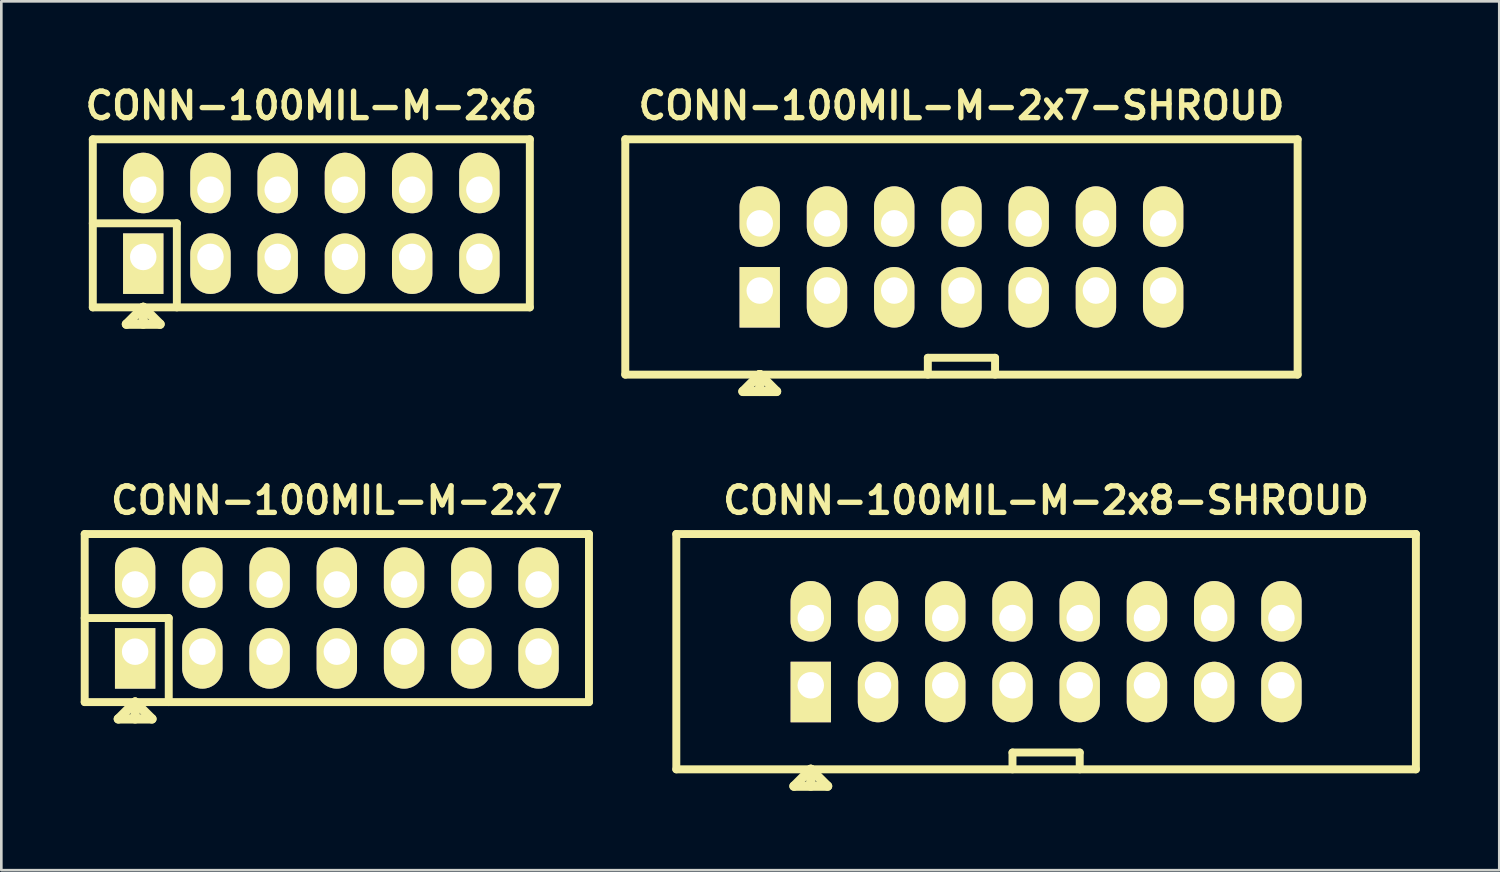
<source format=kicad_pcb>
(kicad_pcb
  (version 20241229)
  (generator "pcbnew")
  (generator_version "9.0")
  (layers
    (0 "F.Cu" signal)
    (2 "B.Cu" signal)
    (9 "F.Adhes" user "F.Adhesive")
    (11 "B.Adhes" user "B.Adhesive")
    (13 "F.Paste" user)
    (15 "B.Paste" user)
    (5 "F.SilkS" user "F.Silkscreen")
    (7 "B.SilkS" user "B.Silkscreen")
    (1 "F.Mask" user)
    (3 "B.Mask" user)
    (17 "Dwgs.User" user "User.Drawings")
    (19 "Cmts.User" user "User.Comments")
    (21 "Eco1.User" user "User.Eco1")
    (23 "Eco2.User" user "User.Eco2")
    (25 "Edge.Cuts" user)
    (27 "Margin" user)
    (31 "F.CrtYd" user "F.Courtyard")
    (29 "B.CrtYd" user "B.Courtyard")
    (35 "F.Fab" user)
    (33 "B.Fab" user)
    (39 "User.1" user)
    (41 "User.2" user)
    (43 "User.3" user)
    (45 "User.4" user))
  (footprint "CONN-100MIL-M-2x8-SHROUD"
    (layer "F.Cu")
    (at 36.47 21.569)
    (property "Reference" "CONN-100MIL-M-2x8-SHROUD" (at 0 -5.715 0) (layer "F.SilkS") (effects (font (size 1.001 1.001) (thickness 0.203))))
    (attr through_hole)
    (fp_line (start -13.97 4.445) (end -13.97 -4.445) (stroke (width 0.3) (type solid)) (layer "F.SilkS"))
    (fp_line (start -13.97 4.445) (end 13.97 4.445) (stroke (width 0.3) (type solid)) (layer "F.SilkS"))
    (fp_line (start -9.525 5.08) (end -8.255 5.08) (stroke (width 0.35) (type solid)) (layer "F.SilkS"))
    (fp_line (start -8.89 4.445) (end -9.525 5.08) (stroke (width 0.35) (type solid)) (layer "F.SilkS"))
    (fp_line (start -8.89 4.445) (end -8.89 5.08) (stroke (width 0.35) (type solid)) (layer "F.SilkS"))
    (fp_line (start -8.255 5.08) (end -8.89 4.445) (stroke (width 0.35) (type solid)) (layer "F.SilkS"))
    (fp_line (start -1.27 3.81) (end 1.27 3.81) (stroke (width 0.3) (type solid)) (layer "F.SilkS"))
    (fp_line (start -1.27 4.445) (end -1.27 3.81) (stroke (width 0.3) (type solid)) (layer "F.SilkS"))
    (fp_line (start 1.27 3.81) (end 1.27 4.445) (stroke (width 0.3) (type solid)) (layer "F.SilkS"))
    (fp_line (start 13.97 -4.445) (end -13.97 -4.445) (stroke (width 0.3) (type solid)) (layer "F.SilkS"))
    (fp_line (start 13.97 -4.445) (end 13.97 4.445) (stroke (width 0.3) (type solid)) (layer "F.SilkS"))
    (pad "1" thru_hole rect (at -8.89 1.27) (size 1.524 2.286) (drill 1 (offset 0 0.254)) (layers "*.Cu" "*.Mask" "F.SilkS"))
    (pad "2" thru_hole oval (at -8.89 -1.27) (size 1.524 2.286) (drill 1 (offset 0 -0.254)) (layers "*.Cu" "*.Mask" "F.SilkS"))
    (pad "3" thru_hole oval (at -6.35 1.27) (size 1.524 2.286) (drill 1 (offset 0 0.254)) (layers "*.Cu" "*.Mask" "F.SilkS"))
    (pad "4" thru_hole oval (at -6.35 -1.27) (size 1.524 2.286) (drill 1 (offset 0 -0.254)) (layers "*.Cu" "*.Mask" "F.SilkS"))
    (pad "5" thru_hole oval (at -3.81 1.27) (size 1.524 2.286) (drill 1 (offset 0 0.254)) (layers "*.Cu" "*.Mask" "F.SilkS"))
    (pad "6" thru_hole oval (at -3.81 -1.27) (size 1.524 2.286) (drill 1 (offset 0 -0.254)) (layers "*.Cu" "*.Mask" "F.SilkS"))
    (pad "7" thru_hole oval (at -1.27 1.27) (size 1.524 2.286) (drill 1 (offset 0 0.254)) (layers "*.Cu" "*.Mask" "F.SilkS"))
    (pad "8" thru_hole oval (at -1.27 -1.27) (size 1.524 2.286) (drill 1 (offset 0 -0.254)) (layers "*.Cu" "*.Mask" "F.SilkS"))
    (pad "9" thru_hole oval (at 1.27 1.27) (size 1.524 2.286) (drill 1 (offset 0 0.254)) (layers "*.Cu" "*.Mask" "F.SilkS"))
    (pad "10" thru_hole oval (at 1.27 -1.27) (size 1.524 2.286) (drill 1 (offset 0 -0.254)) (layers "*.Cu" "*.Mask" "F.SilkS"))
    (pad "11" thru_hole oval (at 3.81 1.27) (size 1.524 2.286) (drill 1 (offset 0 0.254)) (layers "*.Cu" "*.Mask" "F.SilkS"))
    (pad "12" thru_hole oval (at 3.81 -1.27) (size 1.524 2.286) (drill 1 (offset 0 -0.254)) (layers "*.Cu" "*.Mask" "F.SilkS"))
    (pad "13" thru_hole oval (at 6.35 1.27) (size 1.524 2.286) (drill 1 (offset 0 0.254)) (layers "*.Cu" "*.Mask" "F.SilkS"))
    (pad "14" thru_hole oval (at 6.35 -1.27) (size 1.524 2.286) (drill 1 (offset 0 -0.254)) (layers "*.Cu" "*.Mask" "F.SilkS"))
    (pad "15" thru_hole oval (at 8.89 1.27) (size 1.524 2.286) (drill 1 (offset 0 0.254)) (layers "*.Cu" "*.Mask" "F.SilkS"))
    (pad "16" thru_hole oval (at 8.89 -1.27) (size 1.524 2.286) (drill 1 (offset 0 -0.254)) (layers "*.Cu" "*.Mask" "F.SilkS")))
  (footprint "CONN-100MIL-M-2x6"
    (layer "F.Cu")
    (at 8.711 5.387)
    (property "Reference" "CONN-100MIL-M-2x6" (at 0 -4.445 0) (layer "F.SilkS") (effects (font (size 1.001 1.001) (thickness 0.203))))
    (attr through_hole)
    (fp_line (start -8.255 -3.175) (end 8.255 -3.175) (stroke (width 0.3) (type solid)) (layer "F.SilkS"))
    (fp_line (start -8.255 0) (end -5.08 0) (stroke (width 0.3) (type solid)) (layer "F.SilkS"))
    (fp_line (start -8.255 3.175) (end -8.255 -3.175) (stroke (width 0.3) (type solid)) (layer "F.SilkS"))
    (fp_line (start -6.985 3.81) (end -5.715 3.81) (stroke (width 0.35) (type solid)) (layer "F.SilkS"))
    (fp_line (start -6.35 3.175) (end -6.985 3.81) (stroke (width 0.35) (type solid)) (layer "F.SilkS"))
    (fp_line (start -6.35 3.175) (end -6.35 3.81) (stroke (width 0.35) (type solid)) (layer "F.SilkS"))
    (fp_line (start -5.715 3.81) (end -6.35 3.175) (stroke (width 0.35) (type solid)) (layer "F.SilkS"))
    (fp_line (start -5.08 0) (end -5.08 3.175) (stroke (width 0.3) (type solid)) (layer "F.SilkS"))
    (fp_line (start 8.255 -3.175) (end 8.255 3.175) (stroke (width 0.3) (type solid)) (layer "F.SilkS"))
    (fp_line (start 8.255 3.175) (end -8.255 3.175) (stroke (width 0.3) (type solid)) (layer "F.SilkS"))
    (pad "1" thru_hole rect (at -6.35 1.27) (size 1.524 2.286) (drill 1 (offset 0 0.254)) (layers "*.Cu" "*.Mask" "F.SilkS"))
    (pad "2" thru_hole oval (at -6.35 -1.27) (size 1.524 2.286) (drill 1 (offset 0 -0.254)) (layers "*.Cu" "*.Mask" "F.SilkS"))
    (pad "3" thru_hole oval (at -3.81 1.27) (size 1.524 2.286) (drill 1 (offset 0 0.254)) (layers "*.Cu" "*.Mask" "F.SilkS"))
    (pad "4" thru_hole oval (at -3.81 -1.27) (size 1.524 2.286) (drill 1 (offset 0 -0.254)) (layers "*.Cu" "*.Mask" "F.SilkS"))
    (pad "5" thru_hole oval (at -1.27 1.27) (size 1.524 2.286) (drill 1 (offset 0 0.254)) (layers "*.Cu" "*.Mask" "F.SilkS"))
    (pad "6" thru_hole oval (at -1.27 -1.27) (size 1.524 2.286) (drill 1 (offset 0 -0.254)) (layers "*.Cu" "*.Mask" "F.SilkS"))
    (pad "7" thru_hole oval (at 1.27 1.27) (size 1.524 2.286) (drill 1 (offset 0 0.254)) (layers "*.Cu" "*.Mask" "F.SilkS"))
    (pad "8" thru_hole oval (at 1.27 -1.27) (size 1.524 2.286) (drill 1 (offset 0 -0.254)) (layers "*.Cu" "*.Mask" "F.SilkS"))
    (pad "9" thru_hole oval (at 3.81 1.27) (size 1.524 2.286) (drill 1 (offset 0 0.254)) (layers "*.Cu" "*.Mask" "F.SilkS"))
    (pad "10" thru_hole oval (at 3.81 -1.27) (size 1.524 2.286) (drill 1 (offset 0 -0.254)) (layers "*.Cu" "*.Mask" "F.SilkS"))
    (pad "11" thru_hole oval (at 6.35 1.27) (size 1.524 2.286) (drill 1 (offset 0 0.254)) (layers "*.Cu" "*.Mask" "F.SilkS"))
    (pad "12" thru_hole oval (at 6.35 -1.27) (size 1.524 2.286) (drill 1 (offset 0 -0.254)) (layers "*.Cu" "*.Mask" "F.SilkS")))
  (footprint "CONN-100MIL-M-2x7-SHROUD"
    (layer "F.Cu")
    (at 33.272 6.657)
    (property "Reference" "CONN-100MIL-M-2x7-SHROUD" (at 0 -5.715 0) (layer "F.SilkS") (effects (font (size 1.001 1.001) (thickness 0.203))))
    (attr through_hole)
    (fp_line (start -12.7 4.445) (end -12.7 -4.445) (stroke (width 0.3) (type solid)) (layer "F.SilkS"))
    (fp_line (start -8.255 5.08) (end -6.985 5.08) (stroke (width 0.35) (type solid)) (layer "F.SilkS"))
    (fp_line (start -7.62 4.445) (end -8.255 5.08) (stroke (width 0.35) (type solid)) (layer "F.SilkS"))
    (fp_line (start -7.62 4.445) (end -7.62 5.08) (stroke (width 0.35) (type solid)) (layer "F.SilkS"))
    (fp_line (start -6.985 5.08) (end -7.62 4.445) (stroke (width 0.35) (type solid)) (layer "F.SilkS"))
    (fp_line (start -1.27 3.81) (end 1.27 3.81) (stroke (width 0.3) (type solid)) (layer "F.SilkS"))
    (fp_line (start -1.27 4.445) (end -1.27 3.81) (stroke (width 0.3) (type solid)) (layer "F.SilkS"))
    (fp_line (start 1.27 3.81) (end 1.27 4.445) (stroke (width 0.3) (type solid)) (layer "F.SilkS"))
    (fp_line (start 12.7 -4.445) (end -12.7 -4.445) (stroke (width 0.3) (type solid)) (layer "F.SilkS"))
    (fp_line (start 12.7 -4.445) (end 12.7 4.445) (stroke (width 0.3) (type solid)) (layer "F.SilkS"))
    (fp_line (start 12.7 4.445) (end -12.7 4.445) (stroke (width 0.3) (type solid)) (layer "F.SilkS"))
    (pad "1" thru_hole rect (at -7.62 1.27) (size 1.524 2.286) (drill 1 (offset 0 0.254)) (layers "*.Cu" "*.Mask" "F.SilkS"))
    (pad "2" thru_hole oval (at -7.62 -1.27) (size 1.524 2.286) (drill 1 (offset 0 -0.254)) (layers "*.Cu" "*.Mask" "F.SilkS"))
    (pad "3" thru_hole oval (at -5.08 1.27) (size 1.524 2.286) (drill 1 (offset 0 0.254)) (layers "*.Cu" "*.Mask" "F.SilkS"))
    (pad "4" thru_hole oval (at -5.08 -1.27) (size 1.524 2.286) (drill 1 (offset 0 -0.254)) (layers "*.Cu" "*.Mask" "F.SilkS"))
    (pad "5" thru_hole oval (at -2.54 1.27) (size 1.524 2.286) (drill 1 (offset 0 0.254)) (layers "*.Cu" "*.Mask" "F.SilkS"))
    (pad "6" thru_hole oval (at -2.54 -1.27) (size 1.524 2.286) (drill 1 (offset 0 -0.254)) (layers "*.Cu" "*.Mask" "F.SilkS"))
    (pad "7" thru_hole oval (at 0 1.27) (size 1.524 2.286) (drill 1 (offset 0 0.254)) (layers "*.Cu" "*.Mask" "F.SilkS"))
    (pad "8" thru_hole oval (at 0 -1.27) (size 1.524 2.286) (drill 1 (offset 0 -0.254)) (layers "*.Cu" "*.Mask" "F.SilkS"))
    (pad "9" thru_hole oval (at 2.54 1.27) (size 1.524 2.286) (drill 1 (offset 0 0.254)) (layers "*.Cu" "*.Mask" "F.SilkS"))
    (pad "10" thru_hole oval (at 2.54 -1.27) (size 1.524 2.286) (drill 1 (offset 0 -0.254)) (layers "*.Cu" "*.Mask" "F.SilkS"))
    (pad "11" thru_hole oval (at 5.08 1.27) (size 1.524 2.286) (drill 1 (offset 0 0.254)) (layers "*.Cu" "*.Mask" "F.SilkS"))
    (pad "12" thru_hole oval (at 5.08 -1.27) (size 1.524 2.286) (drill 1 (offset 0 -0.254)) (layers "*.Cu" "*.Mask" "F.SilkS"))
    (pad "13" thru_hole oval (at 7.62 1.27) (size 1.524 2.286) (drill 1 (offset 0 0.254)) (layers "*.Cu" "*.Mask" "F.SilkS"))
    (pad "14" thru_hole oval (at 7.62 -1.27) (size 1.524 2.286) (drill 1 (offset 0 -0.254)) (layers "*.Cu" "*.Mask" "F.SilkS")))
  (footprint "CONN-100MIL-M-2x7"
    (layer "F.Cu")
    (at 9.675 20.299)
    (property "Reference" "CONN-100MIL-M-2x7" (at 0 -4.445 0) (layer "F.SilkS") (effects (font (size 1.001 1.001) (thickness 0.203))))
    (attr through_hole)
    (fp_line (start -9.525 -3.175) (end 9.525 -3.175) (stroke (width 0.3) (type solid)) (layer "F.SilkS"))
    (fp_line (start -9.525 0) (end -6.35 0) (stroke (width 0.3) (type solid)) (layer "F.SilkS"))
    (fp_line (start -9.525 3.175) (end -9.525 -3.175) (stroke (width 0.3) (type solid)) (layer "F.SilkS"))
    (fp_line (start -8.255 3.81) (end -6.985 3.81) (stroke (width 0.35) (type solid)) (layer "F.SilkS"))
    (fp_line (start -7.62 3.175) (end -8.255 3.81) (stroke (width 0.35) (type solid)) (layer "F.SilkS"))
    (fp_line (start -7.62 3.175) (end -7.62 3.81) (stroke (width 0.35) (type solid)) (layer "F.SilkS"))
    (fp_line (start -6.985 3.81) (end -7.62 3.175) (stroke (width 0.35) (type solid)) (layer "F.SilkS"))
    (fp_line (start -6.35 0) (end -6.35 3.175) (stroke (width 0.3) (type solid)) (layer "F.SilkS"))
    (fp_line (start 9.525 -3.175) (end 9.525 3.175) (stroke (width 0.3) (type solid)) (layer "F.SilkS"))
    (fp_line (start 9.525 3.175) (end -9.525 3.175) (stroke (width 0.3) (type solid)) (layer "F.SilkS"))
    (pad "1" thru_hole rect (at -7.62 1.27) (size 1.524 2.286) (drill 1 (offset 0 0.254)) (layers "*.Cu" "*.Mask" "F.SilkS"))
    (pad "2" thru_hole oval (at -7.62 -1.27) (size 1.524 2.286) (drill 1 (offset 0 -0.254)) (layers "*.Cu" "*.Mask" "F.SilkS"))
    (pad "3" thru_hole oval (at -5.08 1.27) (size 1.524 2.286) (drill 1 (offset 0 0.254)) (layers "*.Cu" "*.Mask" "F.SilkS"))
    (pad "4" thru_hole oval (at -5.08 -1.27) (size 1.524 2.286) (drill 1 (offset 0 -0.254)) (layers "*.Cu" "*.Mask" "F.SilkS"))
    (pad "5" thru_hole oval (at -2.54 1.27) (size 1.524 2.286) (drill 1 (offset 0 0.254)) (layers "*.Cu" "*.Mask" "F.SilkS"))
    (pad "6" thru_hole oval (at -2.54 -1.27) (size 1.524 2.286) (drill 1 (offset 0 -0.254)) (layers "*.Cu" "*.Mask" "F.SilkS"))
    (pad "7" thru_hole oval (at 0 1.27) (size 1.524 2.286) (drill 1 (offset 0 0.254)) (layers "*.Cu" "*.Mask" "F.SilkS"))
    (pad "8" thru_hole oval (at 0 -1.27) (size 1.524 2.286) (drill 1 (offset 0 -0.254)) (layers "*.Cu" "*.Mask" "F.SilkS"))
    (pad "9" thru_hole oval (at 2.54 1.27) (size 1.524 2.286) (drill 1 (offset 0 0.254)) (layers "*.Cu" "*.Mask" "F.SilkS"))
    (pad "10" thru_hole oval (at 2.54 -1.27) (size 1.524 2.286) (drill 1 (offset 0 -0.254)) (layers "*.Cu" "*.Mask" "F.SilkS"))
    (pad "11" thru_hole oval (at 5.08 1.27) (size 1.524 2.286) (drill 1 (offset 0 0.254)) (layers "*.Cu" "*.Mask" "F.SilkS"))
    (pad "12" thru_hole oval (at 5.08 -1.27) (size 1.524 2.286) (drill 1 (offset 0 -0.254)) (layers "*.Cu" "*.Mask" "F.SilkS"))
    (pad "13" thru_hole oval (at 7.62 1.27) (size 1.524 2.286) (drill 1 (offset 0 0.254)) (layers "*.Cu" "*.Mask" "F.SilkS"))
    (pad "14" thru_hole oval (at 7.62 -1.27) (size 1.524 2.286) (drill 1 (offset 0 -0.254)) (layers "*.Cu" "*.Mask" "F.SilkS")))
  (gr_rect
    (start -3 -3)
    (end 53.59 29.824)
    (stroke (width 0.1) (type default))
    (fill no)
    (layer "Edge.Cuts")))
</source>
